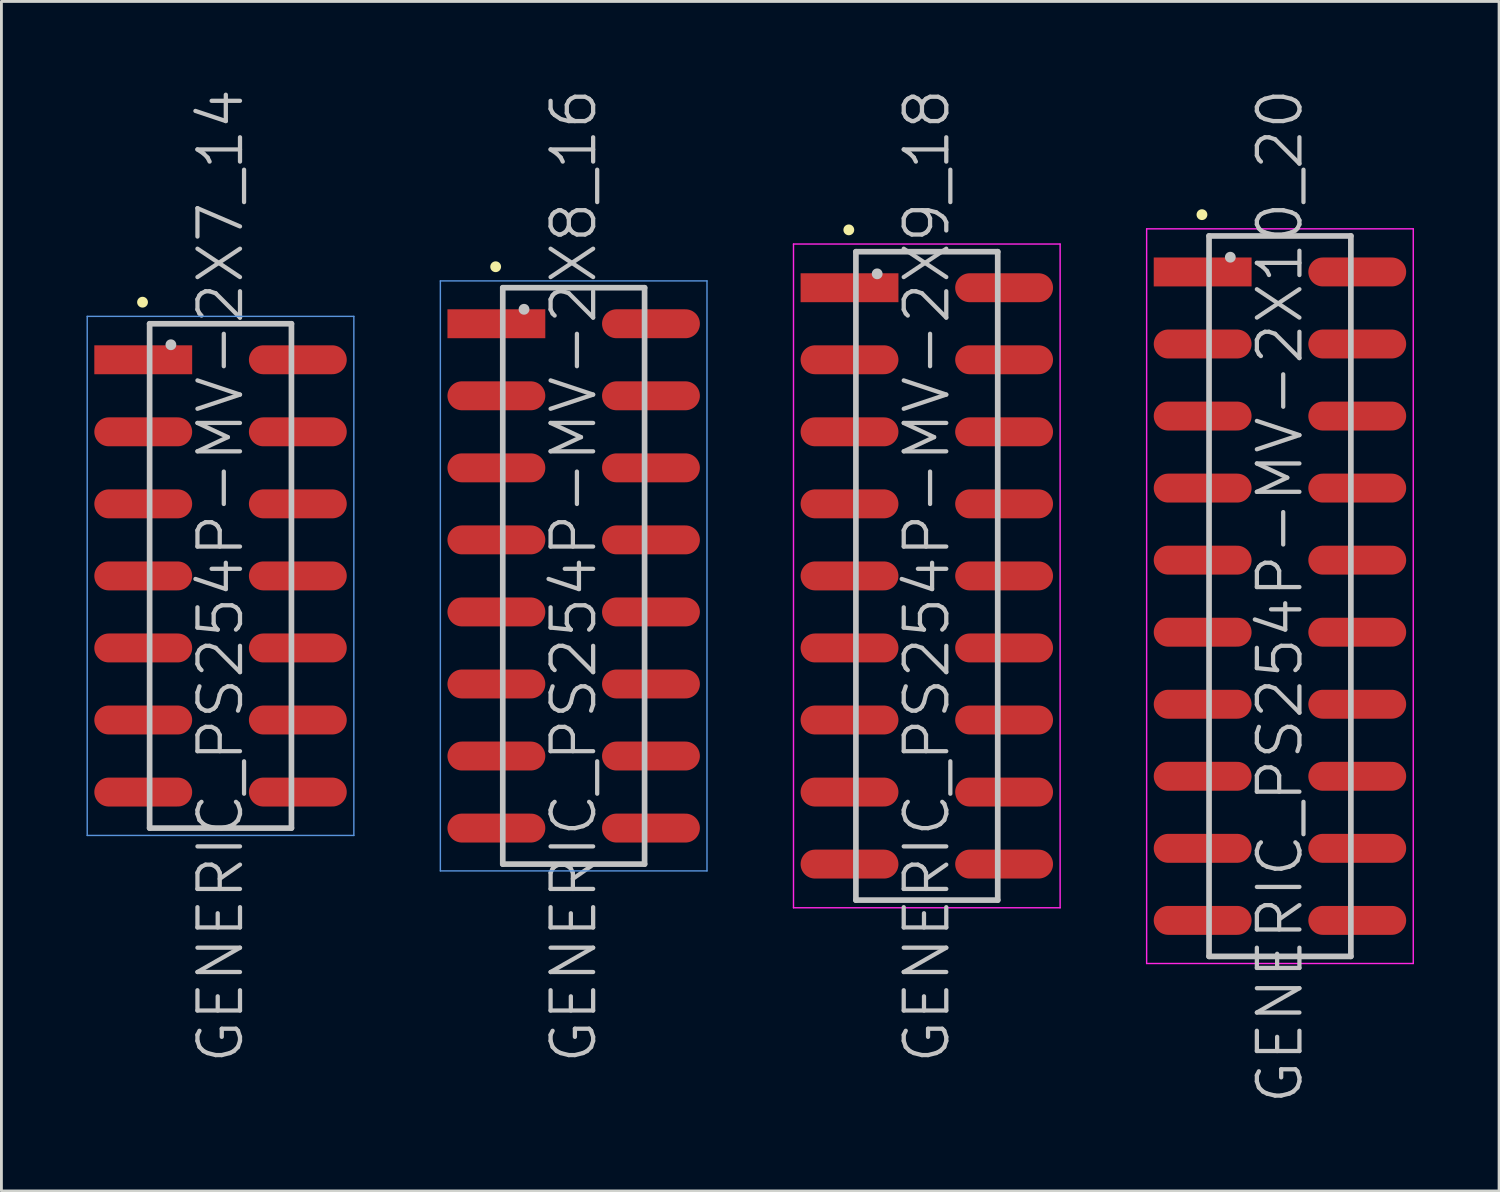
<source format=kicad_pcb>
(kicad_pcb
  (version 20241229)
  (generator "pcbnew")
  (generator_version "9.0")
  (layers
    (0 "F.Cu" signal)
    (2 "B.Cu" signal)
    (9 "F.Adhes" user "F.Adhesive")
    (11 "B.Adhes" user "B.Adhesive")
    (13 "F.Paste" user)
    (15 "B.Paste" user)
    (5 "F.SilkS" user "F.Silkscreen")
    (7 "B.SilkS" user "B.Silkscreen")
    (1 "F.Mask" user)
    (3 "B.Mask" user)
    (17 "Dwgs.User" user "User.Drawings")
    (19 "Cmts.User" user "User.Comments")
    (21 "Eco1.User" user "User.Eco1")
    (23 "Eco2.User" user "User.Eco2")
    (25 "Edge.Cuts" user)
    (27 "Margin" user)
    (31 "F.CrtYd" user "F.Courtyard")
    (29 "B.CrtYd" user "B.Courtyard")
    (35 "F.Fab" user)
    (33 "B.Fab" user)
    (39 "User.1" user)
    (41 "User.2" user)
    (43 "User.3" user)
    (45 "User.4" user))
  (footprint "GENERIC_PS254P-MV-2X7_14"
    (layer "F.Cu")
    (at 4.725 17.254)
    (property "Reference" "GENERIC_PS254P-MV-2X7_14" (at 0 0 90) (layer "Dwgs.User") (effects (font (size 1.5 1.5) (thickness 0.15))))
    (attr smd)
    (fp_line (start -2.75 -9.65) (end -2.75 -9.65) (stroke (width 0.381) (type solid)) (layer "F.SilkS"))
    (fp_line (start -2.5 -8.89) (end -2.5 8.89) (stroke (width 0.2) (type solid)) (layer "Dwgs.User"))
    (fp_line (start -2.5 -8.89) (end 2.5 -8.89) (stroke (width 0.2) (type solid)) (layer "Dwgs.User"))
    (fp_line (start -2.5 8.89) (end 2.5 8.89) (stroke (width 0.2) (type solid)) (layer "Dwgs.User"))
    (fp_line (start -1.75 -8.15) (end -1.75 -8.15) (stroke (width 0.381) (type solid)) (layer "Dwgs.User"))
    (fp_line (start 2.5 -8.89) (end 2.5 8.89) (stroke (width 0.2) (type solid)) (layer "Dwgs.User"))
    (fp_line (start -4.7 -9.15) (end -4.7 9.15) (stroke (width 0.05) (type solid)) (layer "Cmts.User"))
    (fp_line (start -4.7 -9.15) (end 4.7 -9.15) (stroke (width 0.05) (type solid)) (layer "Cmts.User"))
    (fp_line (start -4.7 9.15) (end 4.7 9.15) (stroke (width 0.05) (type solid)) (layer "Cmts.User"))
    (fp_line (start 4.7 -9.15) (end 4.7 9.15) (stroke (width 0.05) (type solid)) (layer "Cmts.User"))
    (pad "1" smd rect (at -2.725 -7.62 270) (size 1.02 3.45) (layers "F.Cu" "F.Mask" "F.Paste"))
    (pad "2" smd oval (at 2.725 -7.62 270) (size 1.02 3.45) (layers "F.Cu" "F.Mask" "F.Paste"))
    (pad "3" smd oval (at -2.725 -5.08 270) (size 1.02 3.45) (layers "F.Cu" "F.Mask" "F.Paste"))
    (pad "4" smd oval (at 2.725 -5.08 270) (size 1.02 3.45) (layers "F.Cu" "F.Mask" "F.Paste"))
    (pad "5" smd oval (at -2.725 -2.54 270) (size 1.02 3.45) (layers "F.Cu" "F.Mask" "F.Paste"))
    (pad "6" smd oval (at 2.725 -2.54 270) (size 1.02 3.45) (layers "F.Cu" "F.Mask" "F.Paste"))
    (pad "7" smd oval (at -2.725 0 270) (size 1.02 3.45) (layers "F.Cu" "F.Mask" "F.Paste"))
    (pad "8" smd oval (at 2.725 0 270) (size 1.02 3.45) (layers "F.Cu" "F.Mask" "F.Paste"))
    (pad "9" smd oval (at -2.725 2.54 270) (size 1.02 3.45) (layers "F.Cu" "F.Mask" "F.Paste"))
    (pad "10" smd oval (at 2.725 2.54 270) (size 1.02 3.45) (layers "F.Cu" "F.Mask" "F.Paste"))
    (pad "11" smd oval (at -2.725 5.08 270) (size 1.02 3.45) (layers "F.Cu" "F.Mask" "F.Paste"))
    (pad "12" smd oval (at 2.725 5.08 270) (size 1.02 3.45) (layers "F.Cu" "F.Mask" "F.Paste"))
    (pad "13" smd oval (at -2.725 7.62 270) (size 1.02 3.45) (layers "F.Cu" "F.Mask" "F.Paste"))
    (pad "14" smd oval (at 2.725 7.62 270) (size 1.02 3.45) (layers "F.Cu" "F.Mask" "F.Paste")))
  (footprint "GENERIC_PS254P-MV-2X9_18"
    (layer "F.Cu")
    (at 29.625 17.254)
    (property "Reference" "GENERIC_PS254P-MV-2X9_18" (at 0 0 90) (layer "Dwgs.User") (effects (font (size 1.5 1.5) (thickness 0.15))))
    (attr smd)
    (fp_line (start -2.75 -12.2) (end -2.75 -12.2) (stroke (width 0.381) (type solid)) (layer "F.SilkS"))
    (fp_line (start -2.5 -11.43) (end -2.5 11.43) (stroke (width 0.2) (type solid)) (layer "Dwgs.User"))
    (fp_line (start -2.5 -11.43) (end 2.5 -11.43) (stroke (width 0.2) (type solid)) (layer "Dwgs.User"))
    (fp_line (start -2.5 11.43) (end 2.5 11.43) (stroke (width 0.2) (type solid)) (layer "Dwgs.User"))
    (fp_line (start -1.75 -10.65) (end -1.75 -10.65) (stroke (width 0.381) (type solid)) (layer "Dwgs.User"))
    (fp_line (start 2.5 -11.43) (end 2.5 11.43) (stroke (width 0.2) (type solid)) (layer "Dwgs.User"))
    (fp_line (start -4.7 -11.7) (end -4.7 11.7) (stroke (width 0.05) (type solid)) (layer "F.CrtYd"))
    (fp_line (start -4.7 -11.7) (end 4.7 -11.7) (stroke (width 0.05) (type solid)) (layer "F.CrtYd"))
    (fp_line (start -4.7 11.7) (end 4.7 11.7) (stroke (width 0.05) (type solid)) (layer "F.CrtYd"))
    (fp_line (start 4.7 -11.7) (end 4.7 11.7) (stroke (width 0.05) (type solid)) (layer "F.CrtYd"))
    (pad "1" smd rect (at -2.725 -10.16 270) (size 1.02 3.45) (layers "F.Cu" "F.Mask" "F.Paste"))
    (pad "2" smd oval (at 2.725 -10.16 270) (size 1.02 3.45) (layers "F.Cu" "F.Mask" "F.Paste"))
    (pad "3" smd oval (at -2.725 -7.62 270) (size 1.02 3.45) (layers "F.Cu" "F.Mask" "F.Paste"))
    (pad "4" smd oval (at 2.725 -7.62 270) (size 1.02 3.45) (layers "F.Cu" "F.Mask" "F.Paste"))
    (pad "5" smd oval (at -2.725 -5.08 270) (size 1.02 3.45) (layers "F.Cu" "F.Mask" "F.Paste"))
    (pad "6" smd oval (at 2.725 -5.08 270) (size 1.02 3.45) (layers "F.Cu" "F.Mask" "F.Paste"))
    (pad "7" smd oval (at -2.725 -2.54 270) (size 1.02 3.45) (layers "F.Cu" "F.Mask" "F.Paste"))
    (pad "8" smd oval (at 2.725 -2.54 270) (size 1.02 3.45) (layers "F.Cu" "F.Mask" "F.Paste"))
    (pad "9" smd oval (at -2.725 0 270) (size 1.02 3.45) (layers "F.Cu" "F.Mask" "F.Paste"))
    (pad "10" smd oval (at 2.725 0 270) (size 1.02 3.45) (layers "F.Cu" "F.Mask" "F.Paste"))
    (pad "11" smd oval (at -2.725 2.54 270) (size 1.02 3.45) (layers "F.Cu" "F.Mask" "F.Paste"))
    (pad "12" smd oval (at 2.725 2.54 270) (size 1.02 3.45) (layers "F.Cu" "F.Mask" "F.Paste"))
    (pad "13" smd oval (at -2.725 5.08 270) (size 1.02 3.45) (layers "F.Cu" "F.Mask" "F.Paste"))
    (pad "14" smd oval (at 2.725 5.08 270) (size 1.02 3.45) (layers "F.Cu" "F.Mask" "F.Paste"))
    (pad "15" smd oval (at -2.725 7.62 270) (size 1.02 3.45) (layers "F.Cu" "F.Mask" "F.Paste"))
    (pad "16" smd oval (at 2.725 7.62 270) (size 1.02 3.45) (layers "F.Cu" "F.Mask" "F.Paste"))
    (pad "17" smd oval (at -2.725 10.16 270) (size 1.02 3.45) (layers "F.Cu" "F.Mask" "F.Paste"))
    (pad "18" smd oval (at 2.725 10.16 270) (size 1.02 3.45) (layers "F.Cu" "F.Mask" "F.Paste")))
  (footprint "GENERIC_PS254P-MV-2X8_16"
    (layer "F.Cu")
    (at 17.175 17.254)
    (property "Reference" "GENERIC_PS254P-MV-2X8_16" (at 0 0 90) (layer "Dwgs.User") (effects (font (size 1.5 1.5) (thickness 0.15))))
    (attr smd)
    (fp_line (start -2.75 -10.9) (end -2.75 -10.9) (stroke (width 0.381) (type solid)) (layer "F.SilkS"))
    (fp_line (start -2.5 -10.16) (end -2.5 10.16) (stroke (width 0.2) (type solid)) (layer "Dwgs.User"))
    (fp_line (start -2.5 -10.16) (end 2.5 -10.16) (stroke (width 0.2) (type solid)) (layer "Dwgs.User"))
    (fp_line (start -2.5 10.16) (end 2.5 10.16) (stroke (width 0.2) (type solid)) (layer "Dwgs.User"))
    (fp_line (start -1.75 -9.4) (end -1.75 -9.4) (stroke (width 0.381) (type solid)) (layer "Dwgs.User"))
    (fp_line (start 2.5 -10.16) (end 2.5 10.16) (stroke (width 0.2) (type solid)) (layer "Dwgs.User"))
    (fp_line (start -4.7 -10.4) (end -4.7 10.4) (stroke (width 0.05) (type solid)) (layer "Cmts.User"))
    (fp_line (start -4.7 -10.4) (end 4.7 -10.4) (stroke (width 0.05) (type solid)) (layer "Cmts.User"))
    (fp_line (start -4.7 10.4) (end 4.7 10.4) (stroke (width 0.05) (type solid)) (layer "Cmts.User"))
    (fp_line (start 4.7 -10.4) (end 4.7 10.4) (stroke (width 0.05) (type solid)) (layer "Cmts.User"))
    (pad "1" smd rect (at -2.725 -8.89 270) (size 1.02 3.45) (layers "F.Cu" "F.Mask" "F.Paste"))
    (pad "2" smd oval (at 2.725 -8.89 270) (size 1.02 3.45) (layers "F.Cu" "F.Mask" "F.Paste"))
    (pad "3" smd oval (at -2.725 -6.35 270) (size 1.02 3.45) (layers "F.Cu" "F.Mask" "F.Paste"))
    (pad "4" smd oval (at 2.725 -6.35 270) (size 1.02 3.45) (layers "F.Cu" "F.Mask" "F.Paste"))
    (pad "5" smd oval (at -2.725 -3.81 270) (size 1.02 3.45) (layers "F.Cu" "F.Mask" "F.Paste"))
    (pad "6" smd oval (at 2.725 -3.81 270) (size 1.02 3.45) (layers "F.Cu" "F.Mask" "F.Paste"))
    (pad "7" smd oval (at -2.725 -1.27 270) (size 1.02 3.45) (layers "F.Cu" "F.Mask" "F.Paste"))
    (pad "8" smd oval (at 2.725 -1.27 270) (size 1.02 3.45) (layers "F.Cu" "F.Mask" "F.Paste"))
    (pad "9" smd oval (at -2.725 1.27 270) (size 1.02 3.45) (layers "F.Cu" "F.Mask" "F.Paste"))
    (pad "10" smd oval (at 2.725 1.27 270) (size 1.02 3.45) (layers "F.Cu" "F.Mask" "F.Paste"))
    (pad "11" smd oval (at -2.725 3.81 270) (size 1.02 3.45) (layers "F.Cu" "F.Mask" "F.Paste"))
    (pad "12" smd oval (at 2.725 3.81 270) (size 1.02 3.45) (layers "F.Cu" "F.Mask" "F.Paste"))
    (pad "13" smd oval (at -2.725 6.35 270) (size 1.02 3.45) (layers "F.Cu" "F.Mask" "F.Paste"))
    (pad "14" smd oval (at 2.725 6.35 270) (size 1.02 3.45) (layers "F.Cu" "F.Mask" "F.Paste"))
    (pad "15" smd oval (at -2.725 8.89 270) (size 1.02 3.45) (layers "F.Cu" "F.Mask" "F.Paste"))
    (pad "16" smd oval (at 2.725 8.89 270) (size 1.02 3.45) (layers "F.Cu" "F.Mask" "F.Paste")))
  (footprint "GENERIC_PS254P-MV-2X10_20"
    (layer "F.Cu")
    (at 42.075 17.968)
    (property "Reference" "GENERIC_PS254P-MV-2X10_20" (at 0 0 90) (layer "Dwgs.User") (effects (font (size 1.5 1.5) (thickness 0.15))))
    (attr smd)
    (fp_line (start -2.75 -13.45) (end -2.75 -13.45) (stroke (width 0.381) (type solid)) (layer "F.SilkS"))
    (fp_line (start -2.5 -12.7) (end -2.5 12.7) (stroke (width 0.2) (type solid)) (layer "Dwgs.User"))
    (fp_line (start -2.5 -12.7) (end 2.5 -12.7) (stroke (width 0.2) (type solid)) (layer "Dwgs.User"))
    (fp_line (start -2.5 12.7) (end 2.5 12.7) (stroke (width 0.2) (type solid)) (layer "Dwgs.User"))
    (fp_line (start -1.75 -11.95) (end -1.75 -11.95) (stroke (width 0.381) (type solid)) (layer "Dwgs.User"))
    (fp_line (start 2.5 -12.7) (end 2.5 12.7) (stroke (width 0.2) (type solid)) (layer "Dwgs.User"))
    (fp_line (start -4.7 -12.95) (end -4.7 12.95) (stroke (width 0.05) (type solid)) (layer "F.CrtYd"))
    (fp_line (start -4.7 -12.95) (end 4.7 -12.95) (stroke (width 0.05) (type solid)) (layer "F.CrtYd"))
    (fp_line (start -4.7 12.95) (end 4.7 12.95) (stroke (width 0.05) (type solid)) (layer "F.CrtYd"))
    (fp_line (start 4.7 -12.95) (end 4.7 12.95) (stroke (width 0.05) (type solid)) (layer "F.CrtYd"))
    (pad "1" smd rect (at -2.725 -11.43 270) (size 1.02 3.45) (layers "F.Cu" "F.Mask" "F.Paste"))
    (pad "2" smd oval (at 2.725 -11.43 270) (size 1.02 3.45) (layers "F.Cu" "F.Mask" "F.Paste"))
    (pad "3" smd oval (at -2.725 -8.89 270) (size 1.02 3.45) (layers "F.Cu" "F.Mask" "F.Paste"))
    (pad "4" smd oval (at 2.725 -8.89 270) (size 1.02 3.45) (layers "F.Cu" "F.Mask" "F.Paste"))
    (pad "5" smd oval (at -2.725 -6.35 270) (size 1.02 3.45) (layers "F.Cu" "F.Mask" "F.Paste"))
    (pad "6" smd oval (at 2.725 -6.35 270) (size 1.02 3.45) (layers "F.Cu" "F.Mask" "F.Paste"))
    (pad "7" smd oval (at -2.725 -3.81 270) (size 1.02 3.45) (layers "F.Cu" "F.Mask" "F.Paste"))
    (pad "8" smd oval (at 2.725 -3.81 270) (size 1.02 3.45) (layers "F.Cu" "F.Mask" "F.Paste"))
    (pad "9" smd oval (at -2.725 -1.27 270) (size 1.02 3.45) (layers "F.Cu" "F.Mask" "F.Paste"))
    (pad "10" smd oval (at 2.725 -1.27 270) (size 1.02 3.45) (layers "F.Cu" "F.Mask" "F.Paste"))
    (pad "11" smd oval (at -2.725 1.27 270) (size 1.02 3.45) (layers "F.Cu" "F.Mask" "F.Paste"))
    (pad "12" smd oval (at 2.725 1.27 270) (size 1.02 3.45) (layers "F.Cu" "F.Mask" "F.Paste"))
    (pad "13" smd oval (at -2.725 3.81 270) (size 1.02 3.45) (layers "F.Cu" "F.Mask" "F.Paste"))
    (pad "14" smd oval (at 2.725 3.81 270) (size 1.02 3.45) (layers "F.Cu" "F.Mask" "F.Paste"))
    (pad "15" smd oval (at -2.725 6.35 270) (size 1.02 3.45) (layers "F.Cu" "F.Mask" "F.Paste"))
    (pad "16" smd oval (at 2.725 6.35 270) (size 1.02 3.45) (layers "F.Cu" "F.Mask" "F.Paste"))
    (pad "17" smd oval (at -2.725 8.89 270) (size 1.02 3.45) (layers "F.Cu" "F.Mask" "F.Paste"))
    (pad "18" smd oval (at 2.725 8.89 270) (size 1.02 3.45) (layers "F.Cu" "F.Mask" "F.Paste"))
    (pad "19" smd oval (at -2.725 11.43 270) (size 1.02 3.45) (layers "F.Cu" "F.Mask" "F.Paste"))
    (pad "20" smd oval (at 2.725 11.43 270) (size 1.02 3.45) (layers "F.Cu" "F.Mask" "F.Paste")))
  (gr_rect
    (start -3 -3)
    (end 49.8 38.936)
    (stroke (width 0.1) (type default))
    (fill no)
    (layer "Edge.Cuts")))
</source>
